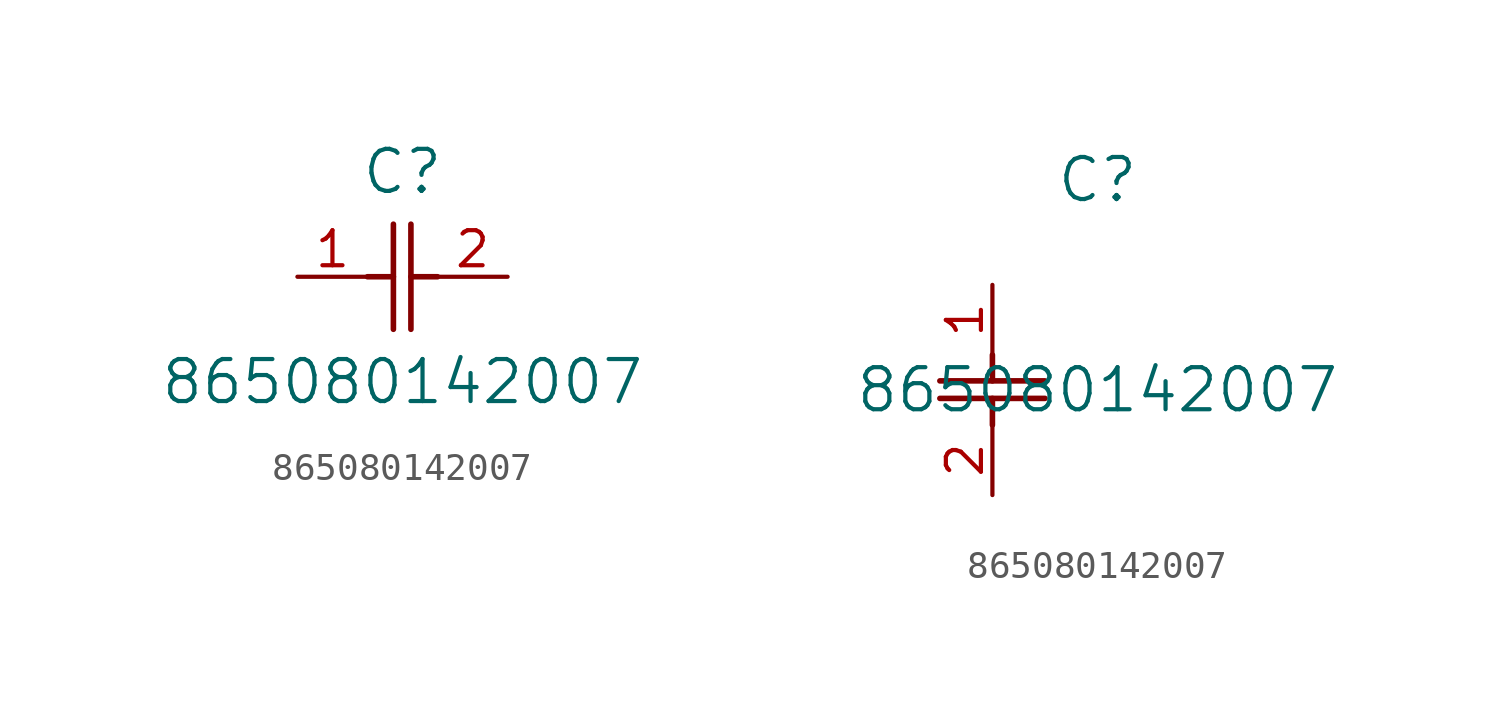
<source format=kicad_sym>
(kicad_symbol_lib
  (version 20211014)
  (generator kicad_symbol_editor)
  (symbol "865080142007"
    (pin_names
      (offset 0.254))
    (property "Reference" "C"
      (at 3.81 3.81 0)
      (effects (font (size 1.524 1.524))))
    (property "Value" "865080142007"
      (at 3.81 -3.81 0)
      (effects (font (size 1.524 1.524))))
    (symbol "865080142007_1_1"
      (polyline (pts (xy 3.48 -1.905) (xy 3.48 1.905)) (stroke (width 0.203) (type default) (color 0 0 0 0)) (fill (type none)))
      (polyline (pts (xy 4.115 -1.905) (xy 4.115 1.905)) (stroke (width 0.203) (type default) (color 0 0 0 0)) (fill (type none)))
      (polyline (pts (xy 4.115 0) (xy 5.08 0)) (stroke (width 0.203) (type default) (color 0 0 0 0)) (fill (type none)))
      (polyline (pts (xy 2.54 0) (xy 3.48 0)) (stroke (width 0.203) (type default) (color 0 0 0 0)) (fill (type none)))
      (pin unspecified line (at 0 0 0) (length 2.54) (name "" (effects (font (size 1.27 1.27)))) (number "1" (effects (font (size 1.27 1.27)))))
      (pin unspecified line (at 7.62 0 180) (length 2.54) (name "" (effects (font (size 1.27 1.27)))) (number "2" (effects (font (size 1.27 1.27))))))
    (symbol "865080142007_1_2"
      (polyline (pts (xy -1.905 -3.48) (xy 1.905 -3.48)) (stroke (width 0.203) (type default) (color 0 0 0 0)) (fill (type none)))
      (polyline (pts (xy -1.905 -4.115) (xy 1.905 -4.115)) (stroke (width 0.203) (type default) (color 0 0 0 0)) (fill (type none)))
      (polyline (pts (xy 0 -4.115) (xy 0 -5.08)) (stroke (width 0.203) (type default) (color 0 0 0 0)) (fill (type none)))
      (polyline (pts (xy 0 -2.54) (xy 0 -3.48)) (stroke (width 0.203) (type default) (color 0 0 0 0)) (fill (type none)))
      (pin unspecified line (at 0 0 270) (length 2.54) (name "" (effects (font (size 1.27 1.27)))) (number "1" (effects (font (size 1.27 1.27)))))
      (pin unspecified line (at 0 -7.62 90) (length 2.54) (name "" (effects (font (size 1.27 1.27)))) (number "2" (effects (font (size 1.27 1.27))))))))
</source>
